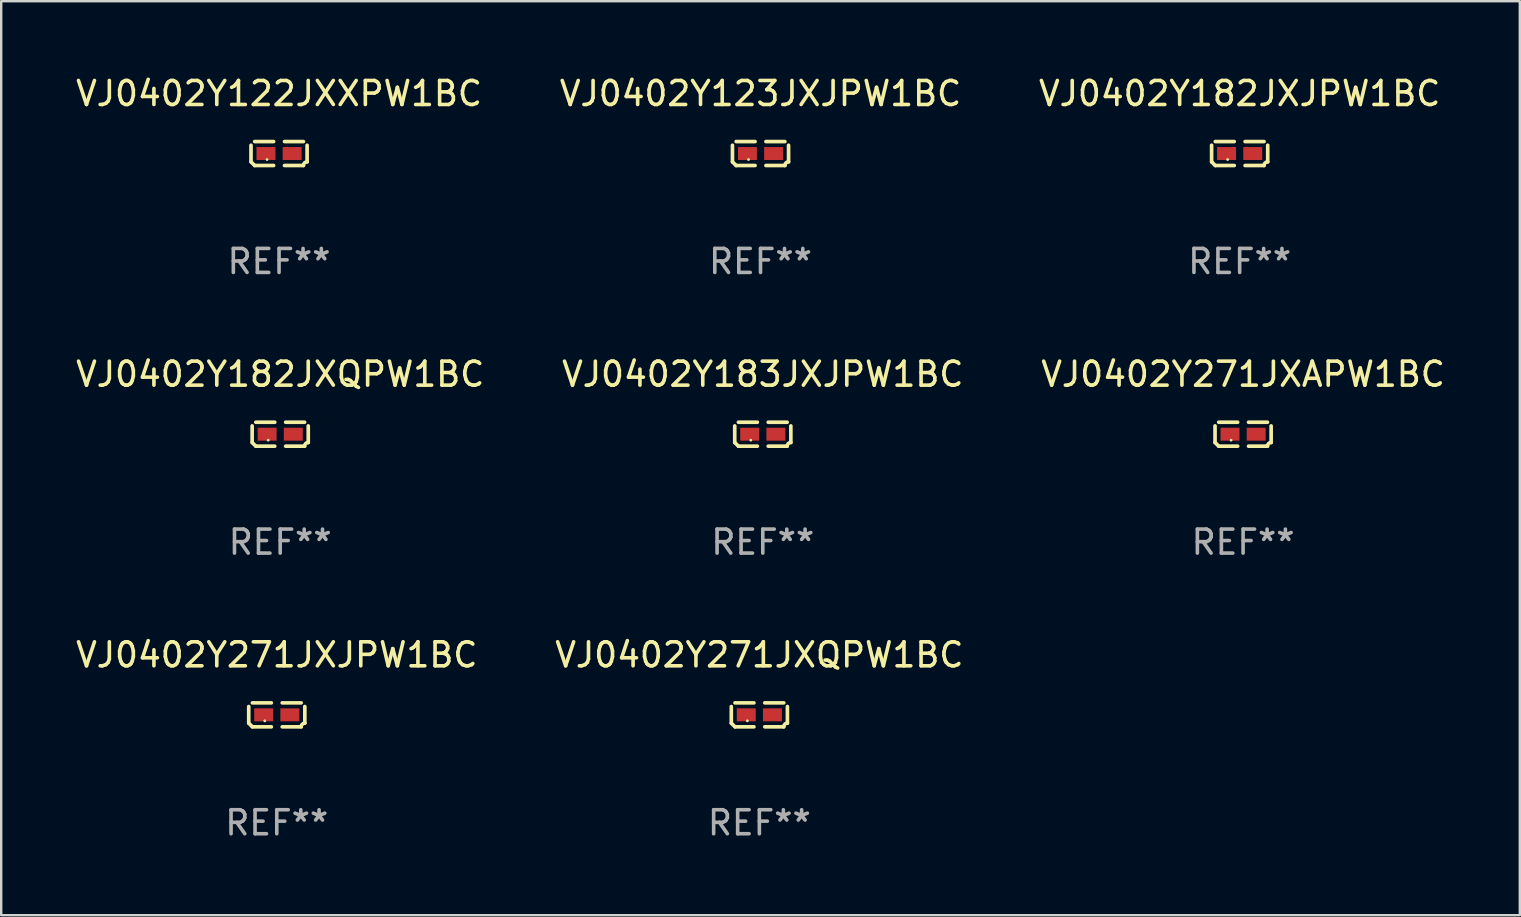
<source format=kicad_pcb>
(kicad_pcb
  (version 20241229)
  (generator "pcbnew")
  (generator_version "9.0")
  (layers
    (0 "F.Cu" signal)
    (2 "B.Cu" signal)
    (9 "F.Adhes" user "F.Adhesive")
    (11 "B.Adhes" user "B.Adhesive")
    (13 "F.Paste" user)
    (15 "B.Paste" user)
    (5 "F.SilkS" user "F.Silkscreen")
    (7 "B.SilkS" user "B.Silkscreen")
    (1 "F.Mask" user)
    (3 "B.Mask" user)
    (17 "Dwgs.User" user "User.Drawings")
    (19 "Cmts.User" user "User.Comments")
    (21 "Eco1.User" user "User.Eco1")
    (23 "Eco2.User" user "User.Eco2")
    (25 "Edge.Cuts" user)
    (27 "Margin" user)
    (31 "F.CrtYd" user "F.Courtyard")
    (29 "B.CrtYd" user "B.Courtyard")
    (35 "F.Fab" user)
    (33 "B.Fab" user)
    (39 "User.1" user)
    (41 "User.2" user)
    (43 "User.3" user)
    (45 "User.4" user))
  (footprint "VJ0402Y183JXJPW1BC"
    (layer "F.Cu")
    (at 28.732 15.041)
    (property "Reference" "VJ0402Y183JXJPW1BC" (at 0 -2.499 0) (layer "F.SilkS") (effects (font (size 1 1) (thickness 0.15))))
    (attr through_hole)
    (fp_line (start -1.169 0.346) (end -1.169 -0.346) (stroke (width 0.152) (type solid)) (layer "F.SilkS"))
    (fp_line (start -1.016 -0.499) (end -0.226 -0.499) (stroke (width 0.152) (type solid)) (layer "F.SilkS"))
    (fp_line (start -0.226 0.499) (end -1.016 0.499) (stroke (width 0.152) (type solid)) (layer "F.SilkS"))
    (fp_line (start 0.226 0.499) (end 1.016 0.499) (stroke (width 0.152) (type solid)) (layer "F.SilkS"))
    (fp_line (start 1.016 -0.499) (end 0.226 -0.499) (stroke (width 0.152) (type solid)) (layer "F.SilkS"))
    (fp_line (start 1.169 0.346) (end 1.169 -0.346) (stroke (width 0.152) (type solid)) (layer "F.SilkS"))
    (fp_arc (start -1.016307 0.498603) (mid -1.092512 0.422405) (end -1.16871 0.3462) (stroke (width 0.1524) (type solid)) (layer "F.SilkS"))
    (fp_arc (start 1.016307 0.498603) (mid 1.060899 0.390758) (end 1.168707 0.346076) (stroke (width 0.1524) (type solid)) (layer "F.SilkS"))
    (fp_circle (center -0.5 0.25) (end -0.47 0.25) (stroke (width 0.06) (type solid)) (fill no) (layer "F.SilkS"))
    (fp_text user "REF**" (at 0 4.499 0) (layer "F.Fab") (effects (font (size 1 1) (thickness 0.15))))
    (pad "1" smd rect (at -0.545 0) (size 0.79 0.54) (layers "F.Cu" "F.Mask" "F.Paste"))
    (pad "2" smd rect (at 0.545 0) (size 0.79 0.54) (layers "F.Cu" "F.Mask" "F.Paste")))
  (footprint "VJ0402Y271JXQPW1BC"
    (layer "F.Cu")
    (at 28.589 26.734)
    (property "Reference" "VJ0402Y271JXQPW1BC" (at 0 -2.499 0) (layer "F.SilkS") (effects (font (size 1 1) (thickness 0.15))))
    (attr through_hole)
    (fp_line (start -1.169 0.346) (end -1.169 -0.346) (stroke (width 0.152) (type solid)) (layer "F.SilkS"))
    (fp_line (start -1.016 -0.499) (end -0.226 -0.499) (stroke (width 0.152) (type solid)) (layer "F.SilkS"))
    (fp_line (start -0.226 0.499) (end -1.016 0.499) (stroke (width 0.152) (type solid)) (layer "F.SilkS"))
    (fp_line (start 0.226 0.499) (end 1.016 0.499) (stroke (width 0.152) (type solid)) (layer "F.SilkS"))
    (fp_line (start 1.016 -0.499) (end 0.226 -0.499) (stroke (width 0.152) (type solid)) (layer "F.SilkS"))
    (fp_line (start 1.169 0.346) (end 1.169 -0.346) (stroke (width 0.152) (type solid)) (layer "F.SilkS"))
    (fp_arc (start -1.016307 0.498603) (mid -1.092512 0.422405) (end -1.16871 0.3462) (stroke (width 0.1524) (type solid)) (layer "F.SilkS"))
    (fp_arc (start 1.016307 0.498603) (mid 1.060899 0.390758) (end 1.168707 0.346076) (stroke (width 0.1524) (type solid)) (layer "F.SilkS"))
    (fp_circle (center -0.5 0.25) (end -0.47 0.25) (stroke (width 0.06) (type solid)) (fill no) (layer "F.SilkS"))
    (fp_text user "REF**" (at 0 4.499 0) (layer "F.Fab") (effects (font (size 1 1) (thickness 0.15))))
    (pad "1" smd rect (at -0.545 0) (size 0.79 0.54) (layers "F.Cu" "F.Mask" "F.Paste"))
    (pad "2" smd rect (at 0.545 0) (size 0.79 0.54) (layers "F.Cu" "F.Mask" "F.Paste")))
  (footprint "VJ0402Y271JXJPW1BC"
    (layer "F.Cu")
    (at 8.482 26.734)
    (property "Reference" "VJ0402Y271JXJPW1BC" (at 0 -2.499 0) (layer "F.SilkS") (effects (font (size 1 1) (thickness 0.15))))
    (attr through_hole)
    (fp_line (start -1.169 0.346) (end -1.169 -0.346) (stroke (width 0.152) (type solid)) (layer "F.SilkS"))
    (fp_line (start -1.016 -0.499) (end -0.226 -0.499) (stroke (width 0.152) (type solid)) (layer "F.SilkS"))
    (fp_line (start -0.226 0.499) (end -1.016 0.499) (stroke (width 0.152) (type solid)) (layer "F.SilkS"))
    (fp_line (start 0.226 0.499) (end 1.016 0.499) (stroke (width 0.152) (type solid)) (layer "F.SilkS"))
    (fp_line (start 1.016 -0.499) (end 0.226 -0.499) (stroke (width 0.152) (type solid)) (layer "F.SilkS"))
    (fp_line (start 1.169 0.346) (end 1.169 -0.346) (stroke (width 0.152) (type solid)) (layer "F.SilkS"))
    (fp_arc (start -1.016307 0.498603) (mid -1.092512 0.422405) (end -1.16871 0.3462) (stroke (width 0.1524) (type solid)) (layer "F.SilkS"))
    (fp_arc (start 1.016307 0.498603) (mid 1.060899 0.390758) (end 1.168707 0.346076) (stroke (width 0.1524) (type solid)) (layer "F.SilkS"))
    (fp_circle (center -0.5 0.25) (end -0.47 0.25) (stroke (width 0.06) (type solid)) (fill no) (layer "F.SilkS"))
    (fp_text user "REF**" (at 0 4.499 0) (layer "F.Fab") (effects (font (size 1 1) (thickness 0.15))))
    (pad "1" smd rect (at -0.545 0) (size 0.79 0.54) (layers "F.Cu" "F.Mask" "F.Paste"))
    (pad "2" smd rect (at 0.545 0) (size 0.79 0.54) (layers "F.Cu" "F.Mask" "F.Paste")))
  (footprint "VJ0402Y182JXJPW1BC"
    (layer "F.Cu")
    (at 48.601 3.347)
    (property "Reference" "VJ0402Y182JXJPW1BC" (at 0 -2.499 0) (layer "F.SilkS") (effects (font (size 1 1) (thickness 0.15))))
    (attr through_hole)
    (fp_line (start -1.169 0.346) (end -1.169 -0.346) (stroke (width 0.152) (type solid)) (layer "F.SilkS"))
    (fp_line (start -1.016 -0.499) (end -0.226 -0.499) (stroke (width 0.152) (type solid)) (layer "F.SilkS"))
    (fp_line (start -0.226 0.499) (end -1.016 0.499) (stroke (width 0.152) (type solid)) (layer "F.SilkS"))
    (fp_line (start 0.226 0.499) (end 1.016 0.499) (stroke (width 0.152) (type solid)) (layer "F.SilkS"))
    (fp_line (start 1.016 -0.499) (end 0.226 -0.499) (stroke (width 0.152) (type solid)) (layer "F.SilkS"))
    (fp_line (start 1.169 0.346) (end 1.169 -0.346) (stroke (width 0.152) (type solid)) (layer "F.SilkS"))
    (fp_arc (start -1.016307 0.498603) (mid -1.092512 0.422405) (end -1.16871 0.3462) (stroke (width 0.1524) (type solid)) (layer "F.SilkS"))
    (fp_arc (start 1.016307 0.498603) (mid 1.060899 0.390758) (end 1.168707 0.346076) (stroke (width 0.1524) (type solid)) (layer "F.SilkS"))
    (fp_circle (center -0.5 0.25) (end -0.47 0.25) (stroke (width 0.06) (type solid)) (fill no) (layer "F.SilkS"))
    (fp_text user "REF**" (at 0 4.499 0) (layer "F.Fab") (effects (font (size 1 1) (thickness 0.15))))
    (pad "1" smd rect (at -0.545 0) (size 0.79 0.54) (layers "F.Cu" "F.Mask" "F.Paste"))
    (pad "2" smd rect (at 0.545 0) (size 0.79 0.54) (layers "F.Cu" "F.Mask" "F.Paste")))
  (footprint "VJ0402Y271JXAPW1BC"
    (layer "F.Cu")
    (at 48.744 15.041)
    (property "Reference" "VJ0402Y271JXAPW1BC" (at 0 -2.499 0) (layer "F.SilkS") (effects (font (size 1 1) (thickness 0.15))))
    (attr through_hole)
    (fp_line (start -1.169 0.346) (end -1.169 -0.346) (stroke (width 0.152) (type solid)) (layer "F.SilkS"))
    (fp_line (start -1.016 -0.499) (end -0.226 -0.499) (stroke (width 0.152) (type solid)) (layer "F.SilkS"))
    (fp_line (start -0.226 0.499) (end -1.016 0.499) (stroke (width 0.152) (type solid)) (layer "F.SilkS"))
    (fp_line (start 0.226 0.499) (end 1.016 0.499) (stroke (width 0.152) (type solid)) (layer "F.SilkS"))
    (fp_line (start 1.016 -0.499) (end 0.226 -0.499) (stroke (width 0.152) (type solid)) (layer "F.SilkS"))
    (fp_line (start 1.169 0.346) (end 1.169 -0.346) (stroke (width 0.152) (type solid)) (layer "F.SilkS"))
    (fp_arc (start -1.016307 0.498603) (mid -1.092512 0.422405) (end -1.16871 0.3462) (stroke (width 0.1524) (type solid)) (layer "F.SilkS"))
    (fp_arc (start 1.016307 0.498603) (mid 1.060899 0.390758) (end 1.168707 0.346076) (stroke (width 0.1524) (type solid)) (layer "F.SilkS"))
    (fp_circle (center -0.5 0.25) (end -0.47 0.25) (stroke (width 0.06) (type solid)) (fill no) (layer "F.SilkS"))
    (fp_text user "REF**" (at 0 4.499 0) (layer "F.Fab") (effects (font (size 1 1) (thickness 0.15))))
    (pad "1" smd rect (at -0.545 0) (size 0.79 0.54) (layers "F.Cu" "F.Mask" "F.Paste"))
    (pad "2" smd rect (at 0.545 0) (size 0.79 0.54) (layers "F.Cu" "F.Mask" "F.Paste")))
  (footprint "VJ0402Y182JXQPW1BC"
    (layer "F.Cu")
    (at 8.625 15.041)
    (property "Reference" "VJ0402Y182JXQPW1BC" (at 0 -2.499 0) (layer "F.SilkS") (effects (font (size 1 1) (thickness 0.15))))
    (attr through_hole)
    (fp_line (start -1.169 0.346) (end -1.169 -0.346) (stroke (width 0.152) (type solid)) (layer "F.SilkS"))
    (fp_line (start -1.016 -0.499) (end -0.226 -0.499) (stroke (width 0.152) (type solid)) (layer "F.SilkS"))
    (fp_line (start -0.226 0.499) (end -1.016 0.499) (stroke (width 0.152) (type solid)) (layer "F.SilkS"))
    (fp_line (start 0.226 0.499) (end 1.016 0.499) (stroke (width 0.152) (type solid)) (layer "F.SilkS"))
    (fp_line (start 1.016 -0.499) (end 0.226 -0.499) (stroke (width 0.152) (type solid)) (layer "F.SilkS"))
    (fp_line (start 1.169 0.346) (end 1.169 -0.346) (stroke (width 0.152) (type solid)) (layer "F.SilkS"))
    (fp_arc (start -1.016307 0.498603) (mid -1.092512 0.422405) (end -1.16871 0.3462) (stroke (width 0.1524) (type solid)) (layer "F.SilkS"))
    (fp_arc (start 1.016307 0.498603) (mid 1.060899 0.390758) (end 1.168707 0.346076) (stroke (width 0.1524) (type solid)) (layer "F.SilkS"))
    (fp_circle (center -0.5 0.25) (end -0.47 0.25) (stroke (width 0.06) (type solid)) (fill no) (layer "F.SilkS"))
    (fp_text user "REF**" (at 0 4.499 0) (layer "F.Fab") (effects (font (size 1 1) (thickness 0.15))))
    (pad "1" smd rect (at -0.545 0) (size 0.79 0.54) (layers "F.Cu" "F.Mask" "F.Paste"))
    (pad "2" smd rect (at 0.545 0) (size 0.79 0.54) (layers "F.Cu" "F.Mask" "F.Paste")))
  (footprint "VJ0402Y122JXXPW1BC"
    (layer "F.Cu")
    (at 8.577 3.347)
    (property "Reference" "VJ0402Y122JXXPW1BC" (at 0 -2.499 0) (layer "F.SilkS") (effects (font (size 1 1) (thickness 0.15))))
    (attr through_hole)
    (fp_line (start -1.169 0.346) (end -1.169 -0.346) (stroke (width 0.152) (type solid)) (layer "F.SilkS"))
    (fp_line (start -1.016 -0.499) (end -0.226 -0.499) (stroke (width 0.152) (type solid)) (layer "F.SilkS"))
    (fp_line (start -0.226 0.499) (end -1.016 0.499) (stroke (width 0.152) (type solid)) (layer "F.SilkS"))
    (fp_line (start 0.226 0.499) (end 1.016 0.499) (stroke (width 0.152) (type solid)) (layer "F.SilkS"))
    (fp_line (start 1.016 -0.499) (end 0.226 -0.499) (stroke (width 0.152) (type solid)) (layer "F.SilkS"))
    (fp_line (start 1.169 0.346) (end 1.169 -0.346) (stroke (width 0.152) (type solid)) (layer "F.SilkS"))
    (fp_arc (start -1.016307 0.498603) (mid -1.092512 0.422405) (end -1.16871 0.3462) (stroke (width 0.1524) (type solid)) (layer "F.SilkS"))
    (fp_arc (start 1.016307 0.498603) (mid 1.060899 0.390758) (end 1.168707 0.346076) (stroke (width 0.1524) (type solid)) (layer "F.SilkS"))
    (fp_circle (center -0.5 0.25) (end -0.47 0.25) (stroke (width 0.06) (type solid)) (fill no) (layer "F.SilkS"))
    (fp_text user "REF**" (at 0 4.499 0) (layer "F.Fab") (effects (font (size 1 1) (thickness 0.15))))
    (pad "1" smd rect (at -0.545 0) (size 0.79 0.54) (layers "F.Cu" "F.Mask" "F.Paste"))
    (pad "2" smd rect (at 0.545 0) (size 0.79 0.54) (layers "F.Cu" "F.Mask" "F.Paste")))
  (footprint "VJ0402Y123JXJPW1BC"
    (layer "F.Cu")
    (at 28.637 3.347)
    (property "Reference" "VJ0402Y123JXJPW1BC" (at 0 -2.499 0) (layer "F.SilkS") (effects (font (size 1 1) (thickness 0.15))))
    (attr through_hole)
    (fp_line (start -1.169 0.346) (end -1.169 -0.346) (stroke (width 0.152) (type solid)) (layer "F.SilkS"))
    (fp_line (start -1.016 -0.499) (end -0.226 -0.499) (stroke (width 0.152) (type solid)) (layer "F.SilkS"))
    (fp_line (start -0.226 0.499) (end -1.016 0.499) (stroke (width 0.152) (type solid)) (layer "F.SilkS"))
    (fp_line (start 0.226 0.499) (end 1.016 0.499) (stroke (width 0.152) (type solid)) (layer "F.SilkS"))
    (fp_line (start 1.016 -0.499) (end 0.226 -0.499) (stroke (width 0.152) (type solid)) (layer "F.SilkS"))
    (fp_line (start 1.169 0.346) (end 1.169 -0.346) (stroke (width 0.152) (type solid)) (layer "F.SilkS"))
    (fp_arc (start -1.016307 0.498603) (mid -1.092512 0.422405) (end -1.16871 0.3462) (stroke (width 0.1524) (type solid)) (layer "F.SilkS"))
    (fp_arc (start 1.016307 0.498603) (mid 1.060899 0.390758) (end 1.168707 0.346076) (stroke (width 0.1524) (type solid)) (layer "F.SilkS"))
    (fp_circle (center -0.5 0.25) (end -0.47 0.25) (stroke (width 0.06) (type solid)) (fill no) (layer "F.SilkS"))
    (fp_text user "REF**" (at 0 4.499 0) (layer "F.Fab") (effects (font (size 1 1) (thickness 0.15))))
    (pad "1" smd rect (at -0.545 0) (size 0.79 0.54) (layers "F.Cu" "F.Mask" "F.Paste"))
    (pad "2" smd rect (at 0.545 0) (size 0.79 0.54) (layers "F.Cu" "F.Mask" "F.Paste")))
  (gr_rect
    (start -3 -3)
    (end 60.274 35.081)
    (stroke (width 0.1) (type default))
    (fill no)
    (layer "Edge.Cuts")))
</source>
